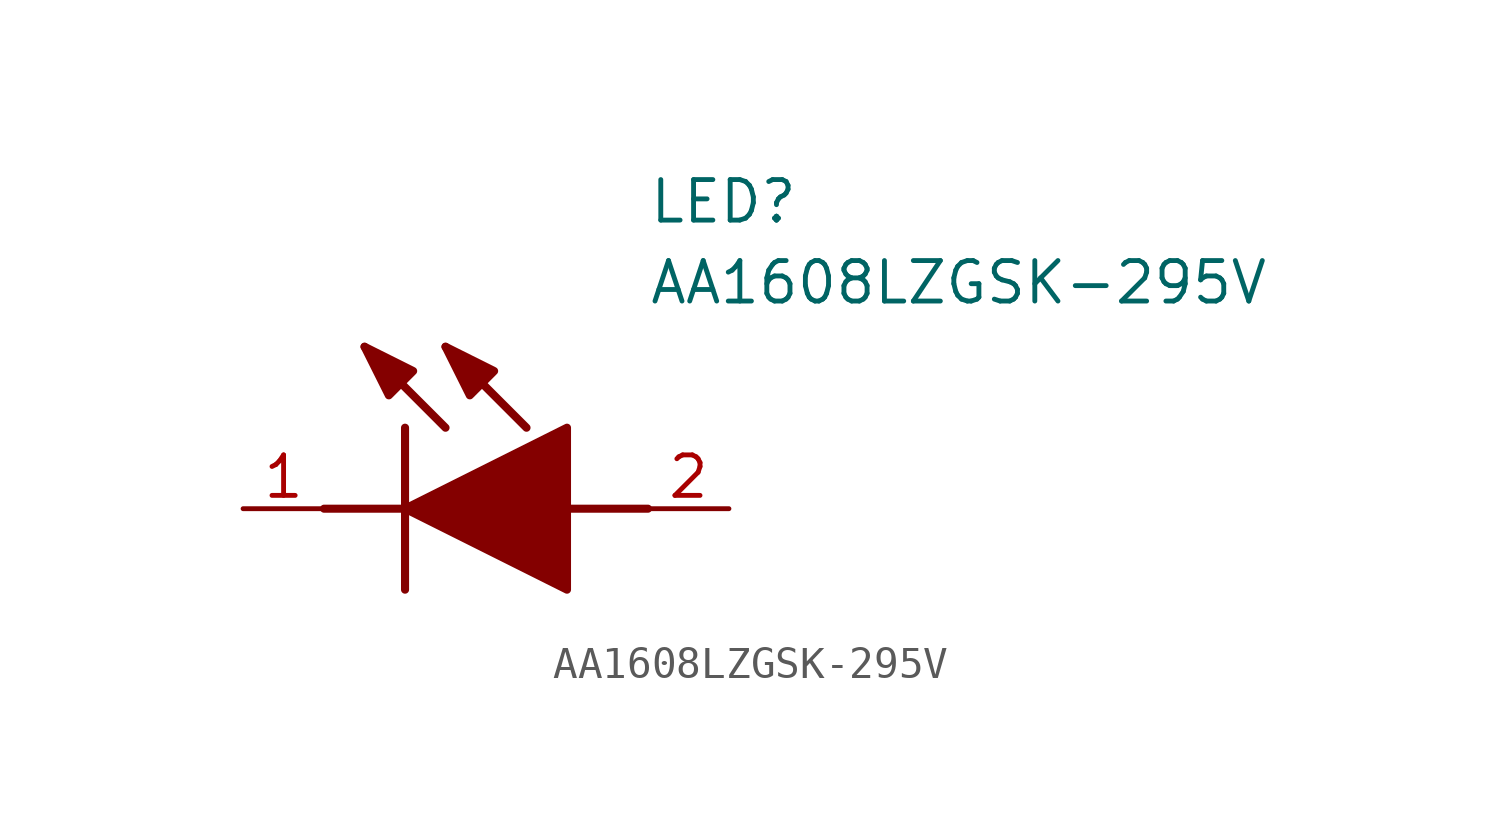
<source format=kicad_sym>
(kicad_symbol_lib
  (version 20211014)
  (generator SamacSys_ECAD_Model)
  (symbol "AA1608LZGSK-295V"
    (pin_names hide)
    (property "Reference" "LED"
      (at 12.7 8.89 0)
      (effects (font (size 1.27 1.27)) (justify left bottom)))
    (property "Value" "AA1608LZGSK-295V"
      (at 12.7 6.35 0)
      (effects (font (size 1.27 1.27)) (justify left bottom)))
    (polyline
      (pts (xy 5.08 2.54) (xy 5.08 -2.54))
      (stroke (width 0.254) (type default))
      (fill (type none)))
    (polyline
      (pts (xy 6.35 2.54) (xy 3.81 5.08))
      (stroke (width 0.254) (type default))
      (fill (type none)))
    (polyline
      (pts (xy 8.89 2.54) (xy 6.35 5.08))
      (stroke (width 0.254) (type default))
      (fill (type none)))
    (polyline
      (pts (xy 2.54 0) (xy 5.08 0))
      (stroke (width 0.254) (type default))
      (fill (type none)))
    (polyline
      (pts (xy 10.16 0) (xy 12.7 0))
      (stroke (width 0.254) (type default))
      (fill (type none)))
    (polyline
      (pts (xy 5.08 0) (xy 10.16 2.54) (xy 10.16 -2.54) (xy 5.08 0))
      (stroke (width 0.254) (type default))
      (fill (type outline)))
    (polyline
      (pts (xy 5.334 4.318) (xy 4.572 3.556) (xy 3.81 5.08) (xy 5.334 4.318))
      (stroke (width 0.254) (type default))
      (fill (type outline)))
    (polyline
      (pts (xy 7.874 4.318) (xy 7.112 3.556) (xy 6.35 5.08) (xy 7.874 4.318))
      (stroke (width 0.254) (type default))
      (fill (type outline)))
    (pin passive line
      (at 0 0 0)
      (length 2.54)
      (name "K" (effects (font (size 1.27 1.27))))
      (number "1" (effects (font (size 1.27 1.27)))))
    (pin passive line
      (at 15.24 0 180)
      (length 2.54)
      (name "A" (effects (font (size 1.27 1.27))))
      (number "2" (effects (font (size 1.27 1.27)))))))
</source>
